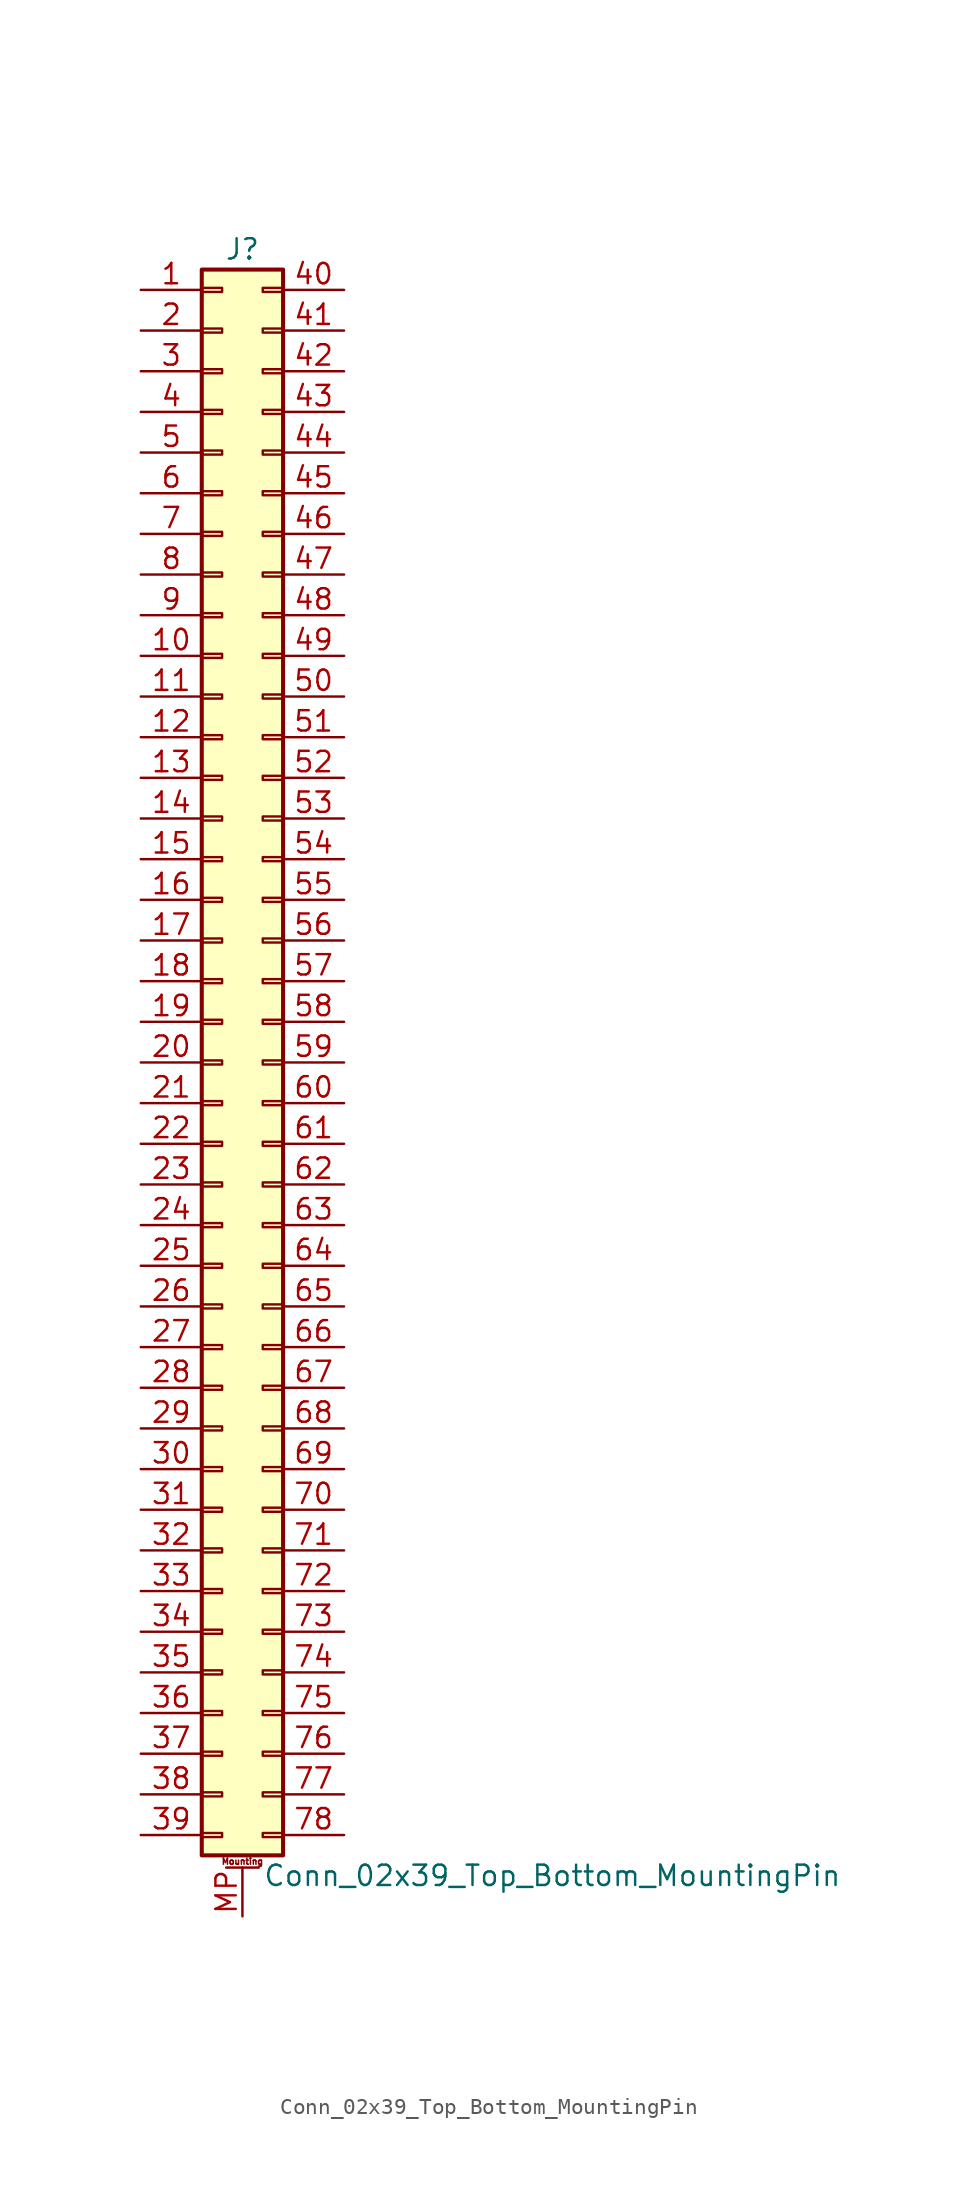
<source format=kicad_sym>
(kicad_symbol_lib
  (version 20211014)
  (generator kicad_symbol_editor)
  (symbol "Conn_02x39_Top_Bottom_MountingPin"
    (pin_names
      (offset 1.016) hide)
    (property "Reference" "J"
      (at 1.27 50.8 0)
      (effects (font (size 1.27 1.27))))
    (property "Value" "Conn_02x39_Top_Bottom_MountingPin"
      (at 2.54 -50.8 0)
      (effects (font (size 1.27 1.27)) (justify left)))
    (symbol "Conn_02x39_Top_Bottom_MountingPin_1_1"
      (rectangle (start -1.27 -48.133) (end 0 -48.387) (stroke (width 0.152) (type default) (color 0 0 0 0)) (fill (type none)))
      (rectangle (start -1.27 -45.593) (end 0 -45.847) (stroke (width 0.152) (type default) (color 0 0 0 0)) (fill (type none)))
      (rectangle (start -1.27 -43.053) (end 0 -43.307) (stroke (width 0.152) (type default) (color 0 0 0 0)) (fill (type none)))
      (rectangle (start -1.27 -40.513) (end 0 -40.767) (stroke (width 0.152) (type default) (color 0 0 0 0)) (fill (type none)))
      (rectangle (start -1.27 -37.973) (end 0 -38.227) (stroke (width 0.152) (type default) (color 0 0 0 0)) (fill (type none)))
      (rectangle (start -1.27 -35.433) (end 0 -35.687) (stroke (width 0.152) (type default) (color 0 0 0 0)) (fill (type none)))
      (rectangle (start -1.27 -32.893) (end 0 -33.147) (stroke (width 0.152) (type default) (color 0 0 0 0)) (fill (type none)))
      (rectangle (start -1.27 -30.353) (end 0 -30.607) (stroke (width 0.152) (type default) (color 0 0 0 0)) (fill (type none)))
      (rectangle (start -1.27 -27.813) (end 0 -28.067) (stroke (width 0.152) (type default) (color 0 0 0 0)) (fill (type none)))
      (rectangle (start -1.27 -25.273) (end 0 -25.527) (stroke (width 0.152) (type default) (color 0 0 0 0)) (fill (type none)))
      (rectangle (start -1.27 -22.733) (end 0 -22.987) (stroke (width 0.152) (type default) (color 0 0 0 0)) (fill (type none)))
      (rectangle (start -1.27 -20.193) (end 0 -20.447) (stroke (width 0.152) (type default) (color 0 0 0 0)) (fill (type none)))
      (rectangle (start -1.27 -17.653) (end 0 -17.907) (stroke (width 0.152) (type default) (color 0 0 0 0)) (fill (type none)))
      (rectangle (start -1.27 -15.113) (end 0 -15.367) (stroke (width 0.152) (type default) (color 0 0 0 0)) (fill (type none)))
      (rectangle (start -1.27 -12.573) (end 0 -12.827) (stroke (width 0.152) (type default) (color 0 0 0 0)) (fill (type none)))
      (rectangle (start -1.27 -10.033) (end 0 -10.287) (stroke (width 0.152) (type default) (color 0 0 0 0)) (fill (type none)))
      (rectangle (start -1.27 -7.493) (end 0 -7.747) (stroke (width 0.152) (type default) (color 0 0 0 0)) (fill (type none)))
      (rectangle (start -1.27 -4.953) (end 0 -5.207) (stroke (width 0.152) (type default) (color 0 0 0 0)) (fill (type none)))
      (rectangle (start -1.27 -2.413) (end 0 -2.667) (stroke (width 0.152) (type default) (color 0 0 0 0)) (fill (type none)))
      (rectangle (start -1.27 0.127) (end 0 -0.127) (stroke (width 0.152) (type default) (color 0 0 0 0)) (fill (type none)))
      (rectangle (start -1.27 2.667) (end 0 2.413) (stroke (width 0.152) (type default) (color 0 0 0 0)) (fill (type none)))
      (rectangle (start -1.27 5.207) (end 0 4.953) (stroke (width 0.152) (type default) (color 0 0 0 0)) (fill (type none)))
      (rectangle (start -1.27 7.747) (end 0 7.493) (stroke (width 0.152) (type default) (color 0 0 0 0)) (fill (type none)))
      (rectangle (start -1.27 10.287) (end 0 10.033) (stroke (width 0.152) (type default) (color 0 0 0 0)) (fill (type none)))
      (rectangle (start -1.27 12.827) (end 0 12.573) (stroke (width 0.152) (type default) (color 0 0 0 0)) (fill (type none)))
      (rectangle (start -1.27 15.367) (end 0 15.113) (stroke (width 0.152) (type default) (color 0 0 0 0)) (fill (type none)))
      (rectangle (start -1.27 17.907) (end 0 17.653) (stroke (width 0.152) (type default) (color 0 0 0 0)) (fill (type none)))
      (rectangle (start -1.27 20.447) (end 0 20.193) (stroke (width 0.152) (type default) (color 0 0 0 0)) (fill (type none)))
      (rectangle (start -1.27 22.987) (end 0 22.733) (stroke (width 0.152) (type default) (color 0 0 0 0)) (fill (type none)))
      (rectangle (start -1.27 25.527) (end 0 25.273) (stroke (width 0.152) (type default) (color 0 0 0 0)) (fill (type none)))
      (rectangle (start -1.27 28.067) (end 0 27.813) (stroke (width 0.152) (type default) (color 0 0 0 0)) (fill (type none)))
      (rectangle (start -1.27 30.607) (end 0 30.353) (stroke (width 0.152) (type default) (color 0 0 0 0)) (fill (type none)))
      (rectangle (start -1.27 33.147) (end 0 32.893) (stroke (width 0.152) (type default) (color 0 0 0 0)) (fill (type none)))
      (rectangle (start -1.27 35.687) (end 0 35.433) (stroke (width 0.152) (type default) (color 0 0 0 0)) (fill (type none)))
      (rectangle (start -1.27 38.227) (end 0 37.973) (stroke (width 0.152) (type default) (color 0 0 0 0)) (fill (type none)))
      (rectangle (start -1.27 40.767) (end 0 40.513) (stroke (width 0.152) (type default) (color 0 0 0 0)) (fill (type none)))
      (rectangle (start -1.27 43.307) (end 0 43.053) (stroke (width 0.152) (type default) (color 0 0 0 0)) (fill (type none)))
      (rectangle (start -1.27 45.847) (end 0 45.593) (stroke (width 0.152) (type default) (color 0 0 0 0)) (fill (type none)))
      (rectangle (start -1.27 48.387) (end 0 48.133) (stroke (width 0.152) (type default) (color 0 0 0 0)) (fill (type none)))
      (rectangle (start -1.27 49.53) (end 3.81 -49.53) (stroke (width 0.254) (type default) (color 0 0 0 0)) (fill (type background)))
      (polyline (pts (xy 0.254 -50.292) (xy 2.286 -50.292)) (stroke (width 0.152) (type default) (color 0 0 0 0)) (fill (type none)))
      (rectangle (start 3.81 -48.133) (end 2.54 -48.387) (stroke (width 0.152) (type default) (color 0 0 0 0)) (fill (type none)))
      (rectangle (start 3.81 -45.593) (end 2.54 -45.847) (stroke (width 0.152) (type default) (color 0 0 0 0)) (fill (type none)))
      (rectangle (start 3.81 -43.053) (end 2.54 -43.307) (stroke (width 0.152) (type default) (color 0 0 0 0)) (fill (type none)))
      (rectangle (start 3.81 -40.513) (end 2.54 -40.767) (stroke (width 0.152) (type default) (color 0 0 0 0)) (fill (type none)))
      (rectangle (start 3.81 -37.973) (end 2.54 -38.227) (stroke (width 0.152) (type default) (color 0 0 0 0)) (fill (type none)))
      (rectangle (start 3.81 -35.433) (end 2.54 -35.687) (stroke (width 0.152) (type default) (color 0 0 0 0)) (fill (type none)))
      (rectangle (start 3.81 -32.893) (end 2.54 -33.147) (stroke (width 0.152) (type default) (color 0 0 0 0)) (fill (type none)))
      (rectangle (start 3.81 -30.353) (end 2.54 -30.607) (stroke (width 0.152) (type default) (color 0 0 0 0)) (fill (type none)))
      (rectangle (start 3.81 -27.813) (end 2.54 -28.067) (stroke (width 0.152) (type default) (color 0 0 0 0)) (fill (type none)))
      (rectangle (start 3.81 -25.273) (end 2.54 -25.527) (stroke (width 0.152) (type default) (color 0 0 0 0)) (fill (type none)))
      (rectangle (start 3.81 -22.733) (end 2.54 -22.987) (stroke (width 0.152) (type default) (color 0 0 0 0)) (fill (type none)))
      (rectangle (start 3.81 -20.193) (end 2.54 -20.447) (stroke (width 0.152) (type default) (color 0 0 0 0)) (fill (type none)))
      (rectangle (start 3.81 -17.653) (end 2.54 -17.907) (stroke (width 0.152) (type default) (color 0 0 0 0)) (fill (type none)))
      (rectangle (start 3.81 -15.113) (end 2.54 -15.367) (stroke (width 0.152) (type default) (color 0 0 0 0)) (fill (type none)))
      (rectangle (start 3.81 -12.573) (end 2.54 -12.827) (stroke (width 0.152) (type default) (color 0 0 0 0)) (fill (type none)))
      (rectangle (start 3.81 -10.033) (end 2.54 -10.287) (stroke (width 0.152) (type default) (color 0 0 0 0)) (fill (type none)))
      (rectangle (start 3.81 -7.493) (end 2.54 -7.747) (stroke (width 0.152) (type default) (color 0 0 0 0)) (fill (type none)))
      (rectangle (start 3.81 -4.953) (end 2.54 -5.207) (stroke (width 0.152) (type default) (color 0 0 0 0)) (fill (type none)))
      (rectangle (start 3.81 -2.413) (end 2.54 -2.667) (stroke (width 0.152) (type default) (color 0 0 0 0)) (fill (type none)))
      (rectangle (start 3.81 0.127) (end 2.54 -0.127) (stroke (width 0.152) (type default) (color 0 0 0 0)) (fill (type none)))
      (rectangle (start 3.81 2.667) (end 2.54 2.413) (stroke (width 0.152) (type default) (color 0 0 0 0)) (fill (type none)))
      (rectangle (start 3.81 5.207) (end 2.54 4.953) (stroke (width 0.152) (type default) (color 0 0 0 0)) (fill (type none)))
      (rectangle (start 3.81 7.747) (end 2.54 7.493) (stroke (width 0.152) (type default) (color 0 0 0 0)) (fill (type none)))
      (rectangle (start 3.81 10.287) (end 2.54 10.033) (stroke (width 0.152) (type default) (color 0 0 0 0)) (fill (type none)))
      (rectangle (start 3.81 12.827) (end 2.54 12.573) (stroke (width 0.152) (type default) (color 0 0 0 0)) (fill (type none)))
      (rectangle (start 3.81 15.367) (end 2.54 15.113) (stroke (width 0.152) (type default) (color 0 0 0 0)) (fill (type none)))
      (rectangle (start 3.81 17.907) (end 2.54 17.653) (stroke (width 0.152) (type default) (color 0 0 0 0)) (fill (type none)))
      (rectangle (start 3.81 20.447) (end 2.54 20.193) (stroke (width 0.152) (type default) (color 0 0 0 0)) (fill (type none)))
      (rectangle (start 3.81 22.987) (end 2.54 22.733) (stroke (width 0.152) (type default) (color 0 0 0 0)) (fill (type none)))
      (rectangle (start 3.81 25.527) (end 2.54 25.273) (stroke (width 0.152) (type default) (color 0 0 0 0)) (fill (type none)))
      (rectangle (start 3.81 28.067) (end 2.54 27.813) (stroke (width 0.152) (type default) (color 0 0 0 0)) (fill (type none)))
      (rectangle (start 3.81 30.607) (end 2.54 30.353) (stroke (width 0.152) (type default) (color 0 0 0 0)) (fill (type none)))
      (rectangle (start 3.81 33.147) (end 2.54 32.893) (stroke (width 0.152) (type default) (color 0 0 0 0)) (fill (type none)))
      (rectangle (start 3.81 35.687) (end 2.54 35.433) (stroke (width 0.152) (type default) (color 0 0 0 0)) (fill (type none)))
      (rectangle (start 3.81 38.227) (end 2.54 37.973) (stroke (width 0.152) (type default) (color 0 0 0 0)) (fill (type none)))
      (rectangle (start 3.81 40.767) (end 2.54 40.513) (stroke (width 0.152) (type default) (color 0 0 0 0)) (fill (type none)))
      (rectangle (start 3.81 43.307) (end 2.54 43.053) (stroke (width 0.152) (type default) (color 0 0 0 0)) (fill (type none)))
      (rectangle (start 3.81 45.847) (end 2.54 45.593) (stroke (width 0.152) (type default) (color 0 0 0 0)) (fill (type none)))
      (rectangle (start 3.81 48.387) (end 2.54 48.133) (stroke (width 0.152) (type default) (color 0 0 0 0)) (fill (type none)))
      (text "Mounting" (at 1.27 -49.911 0) (effects (font (size 0.381 0.381))))
      (pin passive line (at -5.08 48.26 0) (length 3.81) (name "Pin_1" (effects (font (size 1.27 1.27)))) (number "1" (effects (font (size 1.27 1.27)))))
      (pin passive line (at -5.08 25.4 0) (length 3.81) (name "Pin_10" (effects (font (size 1.27 1.27)))) (number "10" (effects (font (size 1.27 1.27)))))
      (pin passive line (at -5.08 22.86 0) (length 3.81) (name "Pin_11" (effects (font (size 1.27 1.27)))) (number "11" (effects (font (size 1.27 1.27)))))
      (pin passive line (at -5.08 20.32 0) (length 3.81) (name "Pin_12" (effects (font (size 1.27 1.27)))) (number "12" (effects (font (size 1.27 1.27)))))
      (pin passive line (at -5.08 17.78 0) (length 3.81) (name "Pin_13" (effects (font (size 1.27 1.27)))) (number "13" (effects (font (size 1.27 1.27)))))
      (pin passive line (at -5.08 15.24 0) (length 3.81) (name "Pin_14" (effects (font (size 1.27 1.27)))) (number "14" (effects (font (size 1.27 1.27)))))
      (pin passive line (at -5.08 12.7 0) (length 3.81) (name "Pin_15" (effects (font (size 1.27 1.27)))) (number "15" (effects (font (size 1.27 1.27)))))
      (pin passive line (at -5.08 10.16 0) (length 3.81) (name "Pin_16" (effects (font (size 1.27 1.27)))) (number "16" (effects (font (size 1.27 1.27)))))
      (pin passive line (at -5.08 7.62 0) (length 3.81) (name "Pin_17" (effects (font (size 1.27 1.27)))) (number "17" (effects (font (size 1.27 1.27)))))
      (pin passive line (at -5.08 5.08 0) (length 3.81) (name "Pin_18" (effects (font (size 1.27 1.27)))) (number "18" (effects (font (size 1.27 1.27)))))
      (pin passive line (at -5.08 2.54 0) (length 3.81) (name "Pin_19" (effects (font (size 1.27 1.27)))) (number "19" (effects (font (size 1.27 1.27)))))
      (pin passive line (at -5.08 45.72 0) (length 3.81) (name "Pin_2" (effects (font (size 1.27 1.27)))) (number "2" (effects (font (size 1.27 1.27)))))
      (pin passive line (at -5.08 0 0) (length 3.81) (name "Pin_20" (effects (font (size 1.27 1.27)))) (number "20" (effects (font (size 1.27 1.27)))))
      (pin passive line (at -5.08 -2.54 0) (length 3.81) (name "Pin_21" (effects (font (size 1.27 1.27)))) (number "21" (effects (font (size 1.27 1.27)))))
      (pin passive line (at -5.08 -5.08 0) (length 3.81) (name "Pin_22" (effects (font (size 1.27 1.27)))) (number "22" (effects (font (size 1.27 1.27)))))
      (pin passive line (at -5.08 -7.62 0) (length 3.81) (name "Pin_23" (effects (font (size 1.27 1.27)))) (number "23" (effects (font (size 1.27 1.27)))))
      (pin passive line (at -5.08 -10.16 0) (length 3.81) (name "Pin_24" (effects (font (size 1.27 1.27)))) (number "24" (effects (font (size 1.27 1.27)))))
      (pin passive line (at -5.08 -12.7 0) (length 3.81) (name "Pin_25" (effects (font (size 1.27 1.27)))) (number "25" (effects (font (size 1.27 1.27)))))
      (pin passive line (at -5.08 -15.24 0) (length 3.81) (name "Pin_26" (effects (font (size 1.27 1.27)))) (number "26" (effects (font (size 1.27 1.27)))))
      (pin passive line (at -5.08 -17.78 0) (length 3.81) (name "Pin_27" (effects (font (size 1.27 1.27)))) (number "27" (effects (font (size 1.27 1.27)))))
      (pin passive line (at -5.08 -20.32 0) (length 3.81) (name "Pin_28" (effects (font (size 1.27 1.27)))) (number "28" (effects (font (size 1.27 1.27)))))
      (pin passive line (at -5.08 -22.86 0) (length 3.81) (name "Pin_29" (effects (font (size 1.27 1.27)))) (number "29" (effects (font (size 1.27 1.27)))))
      (pin passive line (at -5.08 43.18 0) (length 3.81) (name "Pin_3" (effects (font (size 1.27 1.27)))) (number "3" (effects (font (size 1.27 1.27)))))
      (pin passive line (at -5.08 -25.4 0) (length 3.81) (name "Pin_30" (effects (font (size 1.27 1.27)))) (number "30" (effects (font (size 1.27 1.27)))))
      (pin passive line (at -5.08 -27.94 0) (length 3.81) (name "Pin_31" (effects (font (size 1.27 1.27)))) (number "31" (effects (font (size 1.27 1.27)))))
      (pin passive line (at -5.08 -30.48 0) (length 3.81) (name "Pin_32" (effects (font (size 1.27 1.27)))) (number "32" (effects (font (size 1.27 1.27)))))
      (pin passive line (at -5.08 -33.02 0) (length 3.81) (name "Pin_33" (effects (font (size 1.27 1.27)))) (number "33" (effects (font (size 1.27 1.27)))))
      (pin passive line (at -5.08 -35.56 0) (length 3.81) (name "Pin_34" (effects (font (size 1.27 1.27)))) (number "34" (effects (font (size 1.27 1.27)))))
      (pin passive line (at -5.08 -38.1 0) (length 3.81) (name "Pin_35" (effects (font (size 1.27 1.27)))) (number "35" (effects (font (size 1.27 1.27)))))
      (pin passive line (at -5.08 -40.64 0) (length 3.81) (name "Pin_36" (effects (font (size 1.27 1.27)))) (number "36" (effects (font (size 1.27 1.27)))))
      (pin passive line (at -5.08 -43.18 0) (length 3.81) (name "Pin_37" (effects (font (size 1.27 1.27)))) (number "37" (effects (font (size 1.27 1.27)))))
      (pin passive line (at -5.08 -45.72 0) (length 3.81) (name "Pin_38" (effects (font (size 1.27 1.27)))) (number "38" (effects (font (size 1.27 1.27)))))
      (pin passive line (at -5.08 -48.26 0) (length 3.81) (name "Pin_39" (effects (font (size 1.27 1.27)))) (number "39" (effects (font (size 1.27 1.27)))))
      (pin passive line (at -5.08 40.64 0) (length 3.81) (name "Pin_4" (effects (font (size 1.27 1.27)))) (number "4" (effects (font (size 1.27 1.27)))))
      (pin passive line (at 7.62 48.26 180) (length 3.81) (name "Pin_40" (effects (font (size 1.27 1.27)))) (number "40" (effects (font (size 1.27 1.27)))))
      (pin passive line (at 7.62 45.72 180) (length 3.81) (name "Pin_41" (effects (font (size 1.27 1.27)))) (number "41" (effects (font (size 1.27 1.27)))))
      (pin passive line (at 7.62 43.18 180) (length 3.81) (name "Pin_42" (effects (font (size 1.27 1.27)))) (number "42" (effects (font (size 1.27 1.27)))))
      (pin passive line (at 7.62 40.64 180) (length 3.81) (name "Pin_43" (effects (font (size 1.27 1.27)))) (number "43" (effects (font (size 1.27 1.27)))))
      (pin passive line (at 7.62 38.1 180) (length 3.81) (name "Pin_44" (effects (font (size 1.27 1.27)))) (number "44" (effects (font (size 1.27 1.27)))))
      (pin passive line (at 7.62 35.56 180) (length 3.81) (name "Pin_45" (effects (font (size 1.27 1.27)))) (number "45" (effects (font (size 1.27 1.27)))))
      (pin passive line (at 7.62 33.02 180) (length 3.81) (name "Pin_46" (effects (font (size 1.27 1.27)))) (number "46" (effects (font (size 1.27 1.27)))))
      (pin passive line (at 7.62 30.48 180) (length 3.81) (name "Pin_47" (effects (font (size 1.27 1.27)))) (number "47" (effects (font (size 1.27 1.27)))))
      (pin passive line (at 7.62 27.94 180) (length 3.81) (name "Pin_48" (effects (font (size 1.27 1.27)))) (number "48" (effects (font (size 1.27 1.27)))))
      (pin passive line (at 7.62 25.4 180) (length 3.81) (name "Pin_49" (effects (font (size 1.27 1.27)))) (number "49" (effects (font (size 1.27 1.27)))))
      (pin passive line (at -5.08 38.1 0) (length 3.81) (name "Pin_5" (effects (font (size 1.27 1.27)))) (number "5" (effects (font (size 1.27 1.27)))))
      (pin passive line (at 7.62 22.86 180) (length 3.81) (name "Pin_50" (effects (font (size 1.27 1.27)))) (number "50" (effects (font (size 1.27 1.27)))))
      (pin passive line (at 7.62 20.32 180) (length 3.81) (name "Pin_51" (effects (font (size 1.27 1.27)))) (number "51" (effects (font (size 1.27 1.27)))))
      (pin passive line (at 7.62 17.78 180) (length 3.81) (name "Pin_52" (effects (font (size 1.27 1.27)))) (number "52" (effects (font (size 1.27 1.27)))))
      (pin passive line (at 7.62 15.24 180) (length 3.81) (name "Pin_53" (effects (font (size 1.27 1.27)))) (number "53" (effects (font (size 1.27 1.27)))))
      (pin passive line (at 7.62 12.7 180) (length 3.81) (name "Pin_54" (effects (font (size 1.27 1.27)))) (number "54" (effects (font (size 1.27 1.27)))))
      (pin passive line (at 7.62 10.16 180) (length 3.81) (name "Pin_55" (effects (font (size 1.27 1.27)))) (number "55" (effects (font (size 1.27 1.27)))))
      (pin passive line (at 7.62 7.62 180) (length 3.81) (name "Pin_56" (effects (font (size 1.27 1.27)))) (number "56" (effects (font (size 1.27 1.27)))))
      (pin passive line (at 7.62 5.08 180) (length 3.81) (name "Pin_57" (effects (font (size 1.27 1.27)))) (number "57" (effects (font (size 1.27 1.27)))))
      (pin passive line (at 7.62 2.54 180) (length 3.81) (name "Pin_58" (effects (font (size 1.27 1.27)))) (number "58" (effects (font (size 1.27 1.27)))))
      (pin passive line (at 7.62 0 180) (length 3.81) (name "Pin_59" (effects (font (size 1.27 1.27)))) (number "59" (effects (font (size 1.27 1.27)))))
      (pin passive line (at -5.08 35.56 0) (length 3.81) (name "Pin_6" (effects (font (size 1.27 1.27)))) (number "6" (effects (font (size 1.27 1.27)))))
      (pin passive line (at 7.62 -2.54 180) (length 3.81) (name "Pin_60" (effects (font (size 1.27 1.27)))) (number "60" (effects (font (size 1.27 1.27)))))
      (pin passive line (at 7.62 -5.08 180) (length 3.81) (name "Pin_61" (effects (font (size 1.27 1.27)))) (number "61" (effects (font (size 1.27 1.27)))))
      (pin passive line (at 7.62 -7.62 180) (length 3.81) (name "Pin_62" (effects (font (size 1.27 1.27)))) (number "62" (effects (font (size 1.27 1.27)))))
      (pin passive line (at 7.62 -10.16 180) (length 3.81) (name "Pin_63" (effects (font (size 1.27 1.27)))) (number "63" (effects (font (size 1.27 1.27)))))
      (pin passive line (at 7.62 -12.7 180) (length 3.81) (name "Pin_64" (effects (font (size 1.27 1.27)))) (number "64" (effects (font (size 1.27 1.27)))))
      (pin passive line (at 7.62 -15.24 180) (length 3.81) (name "Pin_65" (effects (font (size 1.27 1.27)))) (number "65" (effects (font (size 1.27 1.27)))))
      (pin passive line (at 7.62 -17.78 180) (length 3.81) (name "Pin_66" (effects (font (size 1.27 1.27)))) (number "66" (effects (font (size 1.27 1.27)))))
      (pin passive line (at 7.62 -20.32 180) (length 3.81) (name "Pin_67" (effects (font (size 1.27 1.27)))) (number "67" (effects (font (size 1.27 1.27)))))
      (pin passive line (at 7.62 -22.86 180) (length 3.81) (name "Pin_68" (effects (font (size 1.27 1.27)))) (number "68" (effects (font (size 1.27 1.27)))))
      (pin passive line (at 7.62 -25.4 180) (length 3.81) (name "Pin_69" (effects (font (size 1.27 1.27)))) (number "69" (effects (font (size 1.27 1.27)))))
      (pin passive line (at -5.08 33.02 0) (length 3.81) (name "Pin_7" (effects (font (size 1.27 1.27)))) (number "7" (effects (font (size 1.27 1.27)))))
      (pin passive line (at 7.62 -27.94 180) (length 3.81) (name "Pin_70" (effects (font (size 1.27 1.27)))) (number "70" (effects (font (size 1.27 1.27)))))
      (pin passive line (at 7.62 -30.48 180) (length 3.81) (name "Pin_71" (effects (font (size 1.27 1.27)))) (number "71" (effects (font (size 1.27 1.27)))))
      (pin passive line (at 7.62 -33.02 180) (length 3.81) (name "Pin_72" (effects (font (size 1.27 1.27)))) (number "72" (effects (font (size 1.27 1.27)))))
      (pin passive line (at 7.62 -35.56 180) (length 3.81) (name "Pin_73" (effects (font (size 1.27 1.27)))) (number "73" (effects (font (size 1.27 1.27)))))
      (pin passive line (at 7.62 -38.1 180) (length 3.81) (name "Pin_74" (effects (font (size 1.27 1.27)))) (number "74" (effects (font (size 1.27 1.27)))))
      (pin passive line (at 7.62 -40.64 180) (length 3.81) (name "Pin_75" (effects (font (size 1.27 1.27)))) (number "75" (effects (font (size 1.27 1.27)))))
      (pin passive line (at 7.62 -43.18 180) (length 3.81) (name "Pin_76" (effects (font (size 1.27 1.27)))) (number "76" (effects (font (size 1.27 1.27)))))
      (pin passive line (at 7.62 -45.72 180) (length 3.81) (name "Pin_77" (effects (font (size 1.27 1.27)))) (number "77" (effects (font (size 1.27 1.27)))))
      (pin passive line (at 7.62 -48.26 180) (length 3.81) (name "Pin_78" (effects (font (size 1.27 1.27)))) (number "78" (effects (font (size 1.27 1.27)))))
      (pin passive line (at -5.08 30.48 0) (length 3.81) (name "Pin_8" (effects (font (size 1.27 1.27)))) (number "8" (effects (font (size 1.27 1.27)))))
      (pin passive line (at -5.08 27.94 0) (length 3.81) (name "Pin_9" (effects (font (size 1.27 1.27)))) (number "9" (effects (font (size 1.27 1.27)))))
      (pin passive line (at 1.27 -53.34 90) (length 3.048) (name "MountPin" (effects (font (size 1.27 1.27)))) (number "MP" (effects (font (size 1.27 1.27))))))))
</source>
